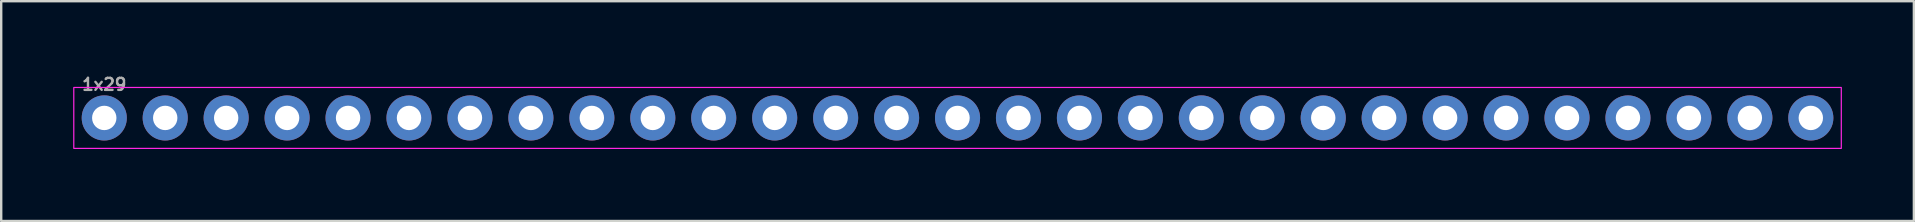
<source format=kicad_pcb>
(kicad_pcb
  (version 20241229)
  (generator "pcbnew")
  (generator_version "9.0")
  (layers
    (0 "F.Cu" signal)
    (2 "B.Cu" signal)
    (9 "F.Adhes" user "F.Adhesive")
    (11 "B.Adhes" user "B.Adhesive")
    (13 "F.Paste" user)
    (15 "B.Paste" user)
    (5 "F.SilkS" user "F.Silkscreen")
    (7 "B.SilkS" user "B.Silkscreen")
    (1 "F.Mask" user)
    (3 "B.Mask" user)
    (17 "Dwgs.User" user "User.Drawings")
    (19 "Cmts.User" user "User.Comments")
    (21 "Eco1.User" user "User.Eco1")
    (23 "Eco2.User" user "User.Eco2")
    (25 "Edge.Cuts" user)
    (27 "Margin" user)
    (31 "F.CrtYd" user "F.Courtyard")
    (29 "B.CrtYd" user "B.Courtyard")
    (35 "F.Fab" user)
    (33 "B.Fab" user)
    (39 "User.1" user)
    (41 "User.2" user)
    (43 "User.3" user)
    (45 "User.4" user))
  (footprint "1x29"
    (layer "F.Cu")
    (at 1.295 1.865)
    (property "Reference" "1x29" (at 0 -1.397 0) (layer "F.Fab") (effects (font (size 0.5 0.5) (thickness 0.1))))
    (fp_rect (start -1.27 -1.27) (end 72.39 1.27) (stroke (width 0.05) (type default)) (fill no) (layer "F.CrtYd"))
    (fp_poly (pts (xy -0.254 0.254) (xy 0.254 0.254) (xy 0.254 -0.254) (xy -0.254 -0.254)) (stroke (width 0.1) (type default)) (fill no) (layer "F.Fab"))
    (fp_poly (pts (xy 2.286 0.254) (xy 2.794 0.254) (xy 2.794 -0.254) (xy 2.286 -0.254)) (stroke (width 0.1) (type default)) (fill no) (layer "F.Fab"))
    (fp_poly (pts (xy 4.826 0.254) (xy 5.334 0.254) (xy 5.334 -0.254) (xy 4.826 -0.254)) (stroke (width 0.1) (type default)) (fill no) (layer "F.Fab"))
    (fp_poly (pts (xy 7.366 0.254) (xy 7.874 0.254) (xy 7.874 -0.254) (xy 7.366 -0.254)) (stroke (width 0.1) (type default)) (fill no) (layer "F.Fab"))
    (fp_poly (pts (xy 9.906 0.254) (xy 10.414 0.254) (xy 10.414 -0.254) (xy 9.906 -0.254)) (stroke (width 0.1) (type default)) (fill no) (layer "F.Fab"))
    (fp_poly (pts (xy 12.446 0.254) (xy 12.954 0.254) (xy 12.954 -0.254) (xy 12.446 -0.254)) (stroke (width 0.1) (type default)) (fill no) (layer "F.Fab"))
    (fp_poly (pts (xy 14.986 0.254) (xy 15.494 0.254) (xy 15.494 -0.254) (xy 14.986 -0.254)) (stroke (width 0.1) (type default)) (fill no) (layer "F.Fab"))
    (fp_poly (pts (xy 17.526 0.254) (xy 18.034 0.254) (xy 18.034 -0.254) (xy 17.526 -0.254)) (stroke (width 0.1) (type default)) (fill no) (layer "F.Fab"))
    (fp_poly (pts (xy 20.066 0.254) (xy 20.574 0.254) (xy 20.574 -0.254) (xy 20.066 -0.254)) (stroke (width 0.1) (type default)) (fill no) (layer "F.Fab"))
    (fp_poly (pts (xy 22.606 0.254) (xy 23.114 0.254) (xy 23.114 -0.254) (xy 22.606 -0.254)) (stroke (width 0.1) (type default)) (fill no) (layer "F.Fab"))
    (fp_poly (pts (xy 25.146 0.254) (xy 25.654 0.254) (xy 25.654 -0.254) (xy 25.146 -0.254)) (stroke (width 0.1) (type default)) (fill no) (layer "F.Fab"))
    (fp_poly (pts (xy 27.686 0.254) (xy 28.194 0.254) (xy 28.194 -0.254) (xy 27.686 -0.254)) (stroke (width 0.1) (type default)) (fill no) (layer "F.Fab"))
    (fp_poly (pts (xy 30.226 0.254) (xy 30.734 0.254) (xy 30.734 -0.254) (xy 30.226 -0.254)) (stroke (width 0.1) (type default)) (fill no) (layer "F.Fab"))
    (fp_poly (pts (xy 32.766 0.254) (xy 33.274 0.254) (xy 33.274 -0.254) (xy 32.766 -0.254)) (stroke (width 0.1) (type default)) (fill no) (layer "F.Fab"))
    (fp_poly (pts (xy 35.306 0.254) (xy 35.814 0.254) (xy 35.814 -0.254) (xy 35.306 -0.254)) (stroke (width 0.1) (type default)) (fill no) (layer "F.Fab"))
    (fp_poly (pts (xy 37.846 0.254) (xy 38.354 0.254) (xy 38.354 -0.254) (xy 37.846 -0.254)) (stroke (width 0.1) (type default)) (fill no) (layer "F.Fab"))
    (fp_poly (pts (xy 40.386 0.254) (xy 40.894 0.254) (xy 40.894 -0.254) (xy 40.386 -0.254)) (stroke (width 0.1) (type default)) (fill no) (layer "F.Fab"))
    (fp_poly (pts (xy 42.926 0.254) (xy 43.434 0.254) (xy 43.434 -0.254) (xy 42.926 -0.254)) (stroke (width 0.1) (type default)) (fill no) (layer "F.Fab"))
    (fp_poly (pts (xy 45.466 0.254) (xy 45.974 0.254) (xy 45.974 -0.254) (xy 45.466 -0.254)) (stroke (width 0.1) (type default)) (fill no) (layer "F.Fab"))
    (fp_poly (pts (xy 48.006 0.254) (xy 48.514 0.254) (xy 48.514 -0.254) (xy 48.006 -0.254)) (stroke (width 0.1) (type default)) (fill no) (layer "F.Fab"))
    (fp_poly (pts (xy 50.546 0.254) (xy 51.054 0.254) (xy 51.054 -0.254) (xy 50.546 -0.254)) (stroke (width 0.1) (type default)) (fill no) (layer "F.Fab"))
    (fp_poly (pts (xy 53.086 0.254) (xy 53.594 0.254) (xy 53.594 -0.254) (xy 53.086 -0.254)) (stroke (width 0.1) (type default)) (fill no) (layer "F.Fab"))
    (fp_poly (pts (xy 55.626 0.254) (xy 56.134 0.254) (xy 56.134 -0.254) (xy 55.626 -0.254)) (stroke (width 0.1) (type default)) (fill no) (layer "F.Fab"))
    (fp_poly (pts (xy 58.166 0.254) (xy 58.674 0.254) (xy 58.674 -0.254) (xy 58.166 -0.254)) (stroke (width 0.1) (type default)) (fill no) (layer "F.Fab"))
    (fp_poly (pts (xy 60.706 0.254) (xy 61.214 0.254) (xy 61.214 -0.254) (xy 60.706 -0.254)) (stroke (width 0.1) (type default)) (fill no) (layer "F.Fab"))
    (fp_poly (pts (xy 63.246 0.254) (xy 63.754 0.254) (xy 63.754 -0.254) (xy 63.246 -0.254)) (stroke (width 0.1) (type default)) (fill no) (layer "F.Fab"))
    (fp_poly (pts (xy 65.786 0.254) (xy 66.294 0.254) (xy 66.294 -0.254) (xy 65.786 -0.254)) (stroke (width 0.1) (type default)) (fill no) (layer "F.Fab"))
    (fp_poly (pts (xy 68.326 0.254) (xy 68.834 0.254) (xy 68.834 -0.254) (xy 68.326 -0.254)) (stroke (width 0.1) (type default)) (fill no) (layer "F.Fab"))
    (fp_poly (pts (xy 70.866 0.254) (xy 71.374 0.254) (xy 71.374 -0.254) (xy 70.866 -0.254)) (stroke (width 0.1) (type default)) (fill no) (layer "F.Fab"))
    (pad "1" thru_hole circle (at 0 0 90) (size 1.88 1.88) (drill 1.016) (layers "*.Cu" "*.Mask") (remove_unused_layers yes) (keep_end_layers yes) (zone_layer_connections))
    (pad "2" thru_hole circle (at 2.54 0 90) (size 1.88 1.88) (drill 1.016) (layers "*.Cu" "*.Mask") (remove_unused_layers yes) (keep_end_layers yes) (zone_layer_connections))
    (pad "3" thru_hole circle (at 5.08 0 90) (size 1.88 1.88) (drill 1.016) (layers "*.Cu" "*.Mask") (remove_unused_layers yes) (keep_end_layers yes) (zone_layer_connections))
    (pad "4" thru_hole circle (at 7.62 0 90) (size 1.88 1.88) (drill 1.016) (layers "*.Cu" "*.Mask") (remove_unused_layers yes) (keep_end_layers yes) (zone_layer_connections))
    (pad "5" thru_hole circle (at 10.16 0 90) (size 1.88 1.88) (drill 1.016) (layers "*.Cu" "*.Mask") (remove_unused_layers yes) (keep_end_layers yes) (zone_layer_connections))
    (pad "6" thru_hole circle (at 12.7 0 90) (size 1.88 1.88) (drill 1.016) (layers "*.Cu" "*.Mask") (remove_unused_layers yes) (keep_end_layers yes) (zone_layer_connections))
    (pad "7" thru_hole circle (at 15.24 0 90) (size 1.88 1.88) (drill 1.016) (layers "*.Cu" "*.Mask") (remove_unused_layers yes) (keep_end_layers yes) (zone_layer_connections))
    (pad "8" thru_hole circle (at 17.78 0 90) (size 1.88 1.88) (drill 1.016) (layers "*.Cu" "*.Mask") (remove_unused_layers yes) (keep_end_layers yes) (zone_layer_connections))
    (pad "9" thru_hole circle (at 20.32 0 90) (size 1.88 1.88) (drill 1.016) (layers "*.Cu" "*.Mask") (remove_unused_layers yes) (keep_end_layers yes) (zone_layer_connections))
    (pad "10" thru_hole circle (at 22.86 0 90) (size 1.88 1.88) (drill 1.016) (layers "*.Cu" "*.Mask") (remove_unused_layers yes) (keep_end_layers yes) (zone_layer_connections))
    (pad "11" thru_hole circle (at 25.4 0 90) (size 1.88 1.88) (drill 1.016) (layers "*.Cu" "*.Mask") (remove_unused_layers yes) (keep_end_layers yes) (zone_layer_connections))
    (pad "12" thru_hole circle (at 27.94 0 90) (size 1.88 1.88) (drill 1.016) (layers "*.Cu" "*.Mask") (remove_unused_layers yes) (keep_end_layers yes) (zone_layer_connections))
    (pad "13" thru_hole circle (at 30.48 0 90) (size 1.88 1.88) (drill 1.016) (layers "*.Cu" "*.Mask") (remove_unused_layers yes) (keep_end_layers yes) (zone_layer_connections))
    (pad "14" thru_hole circle (at 33.02 0 90) (size 1.88 1.88) (drill 1.016) (layers "*.Cu" "*.Mask") (remove_unused_layers yes) (keep_end_layers yes) (zone_layer_connections))
    (pad "15" thru_hole circle (at 35.56 0 90) (size 1.88 1.88) (drill 1.016) (layers "*.Cu" "*.Mask") (remove_unused_layers yes) (keep_end_layers yes) (zone_layer_connections))
    (pad "16" thru_hole circle (at 38.1 0 90) (size 1.88 1.88) (drill 1.016) (layers "*.Cu" "*.Mask") (remove_unused_layers yes) (keep_end_layers yes) (zone_layer_connections))
    (pad "17" thru_hole circle (at 40.64 0 90) (size 1.88 1.88) (drill 1.016) (layers "*.Cu" "*.Mask") (remove_unused_layers yes) (keep_end_layers yes) (zone_layer_connections))
    (pad "18" thru_hole circle (at 43.18 0 90) (size 1.88 1.88) (drill 1.016) (layers "*.Cu" "*.Mask") (remove_unused_layers yes) (keep_end_layers yes) (zone_layer_connections))
    (pad "19" thru_hole circle (at 45.72 0 90) (size 1.88 1.88) (drill 1.016) (layers "*.Cu" "*.Mask") (remove_unused_layers yes) (keep_end_layers yes) (zone_layer_connections))
    (pad "20" thru_hole circle (at 48.26 0 90) (size 1.88 1.88) (drill 1.016) (layers "*.Cu" "*.Mask") (remove_unused_layers yes) (keep_end_layers yes) (zone_layer_connections))
    (pad "21" thru_hole circle (at 50.8 0 90) (size 1.88 1.88) (drill 1.016) (layers "*.Cu" "*.Mask") (remove_unused_layers yes) (keep_end_layers yes) (zone_layer_connections))
    (pad "22" thru_hole circle (at 53.34 0 90) (size 1.88 1.88) (drill 1.016) (layers "*.Cu" "*.Mask") (remove_unused_layers yes) (keep_end_layers yes) (zone_layer_connections))
    (pad "23" thru_hole circle (at 55.88 0 90) (size 1.88 1.88) (drill 1.016) (layers "*.Cu" "*.Mask") (remove_unused_layers yes) (keep_end_layers yes) (zone_layer_connections))
    (pad "24" thru_hole circle (at 58.42 0 90) (size 1.88 1.88) (drill 1.016) (layers "*.Cu" "*.Mask") (remove_unused_layers yes) (keep_end_layers yes) (zone_layer_connections))
    (pad "25" thru_hole circle (at 60.96 0 90) (size 1.88 1.88) (drill 1.016) (layers "*.Cu" "*.Mask") (remove_unused_layers yes) (keep_end_layers yes) (zone_layer_connections))
    (pad "26" thru_hole circle (at 63.5 0 90) (size 1.88 1.88) (drill 1.016) (layers "*.Cu" "*.Mask") (remove_unused_layers yes) (keep_end_layers yes) (zone_layer_connections))
    (pad "27" thru_hole circle (at 66.04 0 90) (size 1.88 1.88) (drill 1.016) (layers "*.Cu" "*.Mask") (remove_unused_layers yes) (keep_end_layers yes) (zone_layer_connections))
    (pad "28" thru_hole circle (at 68.58 0 90) (size 1.88 1.88) (drill 1.016) (layers "*.Cu" "*.Mask") (remove_unused_layers yes) (keep_end_layers yes) (zone_layer_connections))
    (pad "29" thru_hole circle (at 71.12 0 90) (size 1.88 1.88) (drill 1.016) (layers "*.Cu" "*.Mask") (remove_unused_layers yes) (keep_end_layers yes) (zone_layer_connections)))
  (gr_rect
    (start -3 -3)
    (end 76.71 6.16)
    (stroke (width 0.1) (type default))
    (fill no)
    (layer "Edge.Cuts")))
</source>
